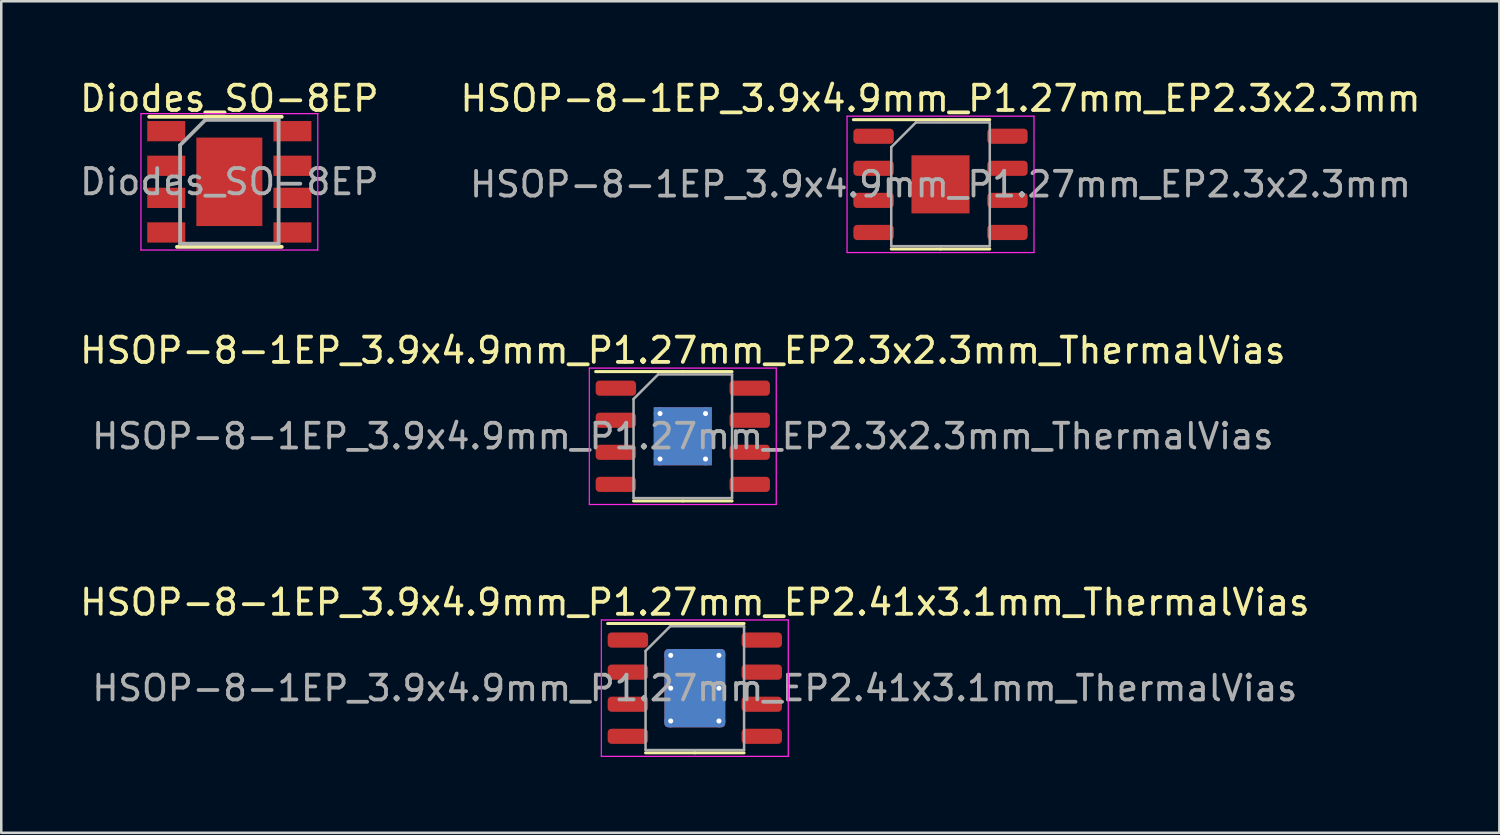
<source format=kicad_pcb>
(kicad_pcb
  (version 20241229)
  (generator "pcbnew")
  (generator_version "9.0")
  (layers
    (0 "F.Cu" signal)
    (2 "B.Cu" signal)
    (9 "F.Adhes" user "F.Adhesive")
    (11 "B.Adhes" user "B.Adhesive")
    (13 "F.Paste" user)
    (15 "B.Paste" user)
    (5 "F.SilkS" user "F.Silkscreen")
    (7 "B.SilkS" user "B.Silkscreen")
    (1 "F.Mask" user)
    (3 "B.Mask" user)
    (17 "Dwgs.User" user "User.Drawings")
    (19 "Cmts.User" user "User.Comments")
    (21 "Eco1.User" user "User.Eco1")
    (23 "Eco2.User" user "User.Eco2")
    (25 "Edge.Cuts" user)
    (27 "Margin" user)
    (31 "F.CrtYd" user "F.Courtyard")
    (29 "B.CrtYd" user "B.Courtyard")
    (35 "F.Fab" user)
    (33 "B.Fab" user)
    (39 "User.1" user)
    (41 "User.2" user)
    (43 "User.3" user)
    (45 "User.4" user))
  (footprint "HSOP-8-1EP_3.9x4.9mm_P1.27mm_EP2.3x2.3mm_ThermalVias"
    (layer "F.Cu")
    (at 23.982 14.222)
    (property "Reference" "HSOP-8-1EP_3.9x4.9mm_P1.27mm_EP2.3x2.3mm_ThermalVias" (at 0 -3.4 0) (layer "F.SilkS") (effects (font (size 1 1) (thickness 0.15))))
    (attr smd)
    (fp_line (start 0 -2.56) (end -3.45 -2.56) (stroke (width 0.12) (type solid)) (layer "F.SilkS"))
    (fp_line (start 0 -2.56) (end 1.95 -2.56) (stroke (width 0.12) (type solid)) (layer "F.SilkS"))
    (fp_line (start 0 2.56) (end -1.95 2.56) (stroke (width 0.12) (type solid)) (layer "F.SilkS"))
    (fp_line (start 0 2.56) (end 1.95 2.56) (stroke (width 0.12) (type solid)) (layer "F.SilkS"))
    (fp_line (start -3.7 -2.7) (end -3.7 2.7) (stroke (width 0.05) (type solid)) (layer "F.CrtYd"))
    (fp_line (start -3.7 2.7) (end 3.7 2.7) (stroke (width 0.05) (type solid)) (layer "F.CrtYd"))
    (fp_line (start 3.7 -2.7) (end -3.7 -2.7) (stroke (width 0.05) (type solid)) (layer "F.CrtYd"))
    (fp_line (start 3.7 2.7) (end 3.7 -2.7) (stroke (width 0.05) (type solid)) (layer "F.CrtYd"))
    (fp_line (start -1.95 -1.475) (end -0.975 -2.45) (stroke (width 0.1) (type solid)) (layer "F.Fab"))
    (fp_line (start -1.95 2.45) (end -1.95 -1.475) (stroke (width 0.1) (type solid)) (layer "F.Fab"))
    (fp_line (start -0.975 -2.45) (end 1.95 -2.45) (stroke (width 0.1) (type solid)) (layer "F.Fab"))
    (fp_line (start 1.95 -2.45) (end 1.95 2.45) (stroke (width 0.1) (type solid)) (layer "F.Fab"))
    (fp_line (start 1.95 2.45) (end -1.95 2.45) (stroke (width 0.1) (type solid)) (layer "F.Fab"))
    (fp_text user "${REFERENCE}" (at 0 0 0) (layer "F.Fab") (effects (font (size 0.98 0.98) (thickness 0.15))))
    (pad "" smd roundrect (at -0.575 -0.575) (size 0.93 0.93) (layers "F.Paste") (roundrect_rratio 0.25))
    (pad "" smd roundrect (at -0.575 0.575) (size 0.93 0.93) (layers "F.Paste") (roundrect_rratio 0.25))
    (pad "" smd roundrect (at 0.575 -0.575) (size 0.93 0.93) (layers "F.Paste") (roundrect_rratio 0.25))
    (pad "" smd roundrect (at 0.575 0.575) (size 0.93 0.93) (layers "F.Paste") (roundrect_rratio 0.25))
    (pad "1" smd roundrect (at -2.65 -1.905) (size 1.6 0.6) (layers "F.Cu" "F.Mask" "F.Paste") (roundrect_rratio 0.25))
    (pad "2" smd roundrect (at -2.65 -0.635) (size 1.6 0.6) (layers "F.Cu" "F.Mask" "F.Paste") (roundrect_rratio 0.25))
    (pad "3" smd roundrect (at -2.65 0.635) (size 1.6 0.6) (layers "F.Cu" "F.Mask" "F.Paste") (roundrect_rratio 0.25))
    (pad "4" smd roundrect (at -2.65 1.905) (size 1.6 0.6) (layers "F.Cu" "F.Mask" "F.Paste") (roundrect_rratio 0.25))
    (pad "5" smd roundrect (at 2.65 1.905) (size 1.6 0.6) (layers "F.Cu" "F.Mask" "F.Paste") (roundrect_rratio 0.25))
    (pad "6" smd roundrect (at 2.65 0.635) (size 1.6 0.6) (layers "F.Cu" "F.Mask" "F.Paste") (roundrect_rratio 0.25))
    (pad "7" smd roundrect (at 2.65 -0.635) (size 1.6 0.6) (layers "F.Cu" "F.Mask" "F.Paste") (roundrect_rratio 0.25))
    (pad "8" smd roundrect (at 2.65 -1.905) (size 1.6 0.6) (layers "F.Cu" "F.Mask" "F.Paste") (roundrect_rratio 0.25))
    (pad "9" thru_hole circle (at -0.9 -0.9) (size 0.5 0.5) (drill 0.2) (layers "*.Cu"))
    (pad "9" thru_hole circle (at -0.9 0.9) (size 0.5 0.5) (drill 0.2) (layers "*.Cu"))
    (pad "9" smd rect (at 0 0) (size 2.3 2.3) (layers "F.Cu" "F.Mask"))
    (pad "9" smd rect (at 0 0) (size 2.3 2.3) (layers "B.Cu"))
    (pad "9" thru_hole circle (at 0.9 -0.9) (size 0.5 0.5) (drill 0.2) (layers "*.Cu"))
    (pad "9" thru_hole circle (at 0.9 0.9) (size 0.5 0.5) (drill 0.2) (layers "*.Cu")))
  (footprint "HSOP-8-1EP_3.9x4.9mm_P1.27mm_EP2.3x2.3mm"
    (layer "F.Cu")
    (at 34.185 4.248)
    (property "Reference" "HSOP-8-1EP_3.9x4.9mm_P1.27mm_EP2.3x2.3mm" (at 0 -3.4 0) (layer "F.SilkS") (effects (font (size 1 1) (thickness 0.15))))
    (attr smd)
    (fp_line (start 0 -2.56) (end -3.45 -2.56) (stroke (width 0.12) (type solid)) (layer "F.SilkS"))
    (fp_line (start 0 -2.56) (end 1.95 -2.56) (stroke (width 0.12) (type solid)) (layer "F.SilkS"))
    (fp_line (start 0 2.56) (end -1.95 2.56) (stroke (width 0.12) (type solid)) (layer "F.SilkS"))
    (fp_line (start 0 2.56) (end 1.95 2.56) (stroke (width 0.12) (type solid)) (layer "F.SilkS"))
    (fp_line (start -3.7 -2.7) (end -3.7 2.7) (stroke (width 0.05) (type solid)) (layer "F.CrtYd"))
    (fp_line (start -3.7 2.7) (end 3.7 2.7) (stroke (width 0.05) (type solid)) (layer "F.CrtYd"))
    (fp_line (start 3.7 -2.7) (end -3.7 -2.7) (stroke (width 0.05) (type solid)) (layer "F.CrtYd"))
    (fp_line (start 3.7 2.7) (end 3.7 -2.7) (stroke (width 0.05) (type solid)) (layer "F.CrtYd"))
    (fp_line (start -1.95 -1.475) (end -0.975 -2.45) (stroke (width 0.1) (type solid)) (layer "F.Fab"))
    (fp_line (start -1.95 2.45) (end -1.95 -1.475) (stroke (width 0.1) (type solid)) (layer "F.Fab"))
    (fp_line (start -0.975 -2.45) (end 1.95 -2.45) (stroke (width 0.1) (type solid)) (layer "F.Fab"))
    (fp_line (start 1.95 -2.45) (end 1.95 2.45) (stroke (width 0.1) (type solid)) (layer "F.Fab"))
    (fp_line (start 1.95 2.45) (end -1.95 2.45) (stroke (width 0.1) (type solid)) (layer "F.Fab"))
    (fp_text user "${REFERENCE}" (at 0 0 0) (layer "F.Fab") (effects (font (size 0.98 0.98) (thickness 0.15))))
    (pad "" smd roundrect (at -0.575 -0.575) (size 0.93 0.93) (layers "F.Paste") (roundrect_rratio 0.25))
    (pad "" smd roundrect (at -0.575 0.575) (size 0.93 0.93) (layers "F.Paste") (roundrect_rratio 0.25))
    (pad "" smd roundrect (at 0.575 -0.575) (size 0.93 0.93) (layers "F.Paste") (roundrect_rratio 0.25))
    (pad "" smd roundrect (at 0.575 0.575) (size 0.93 0.93) (layers "F.Paste") (roundrect_rratio 0.25))
    (pad "1" smd roundrect (at -2.65 -1.905) (size 1.6 0.6) (layers "F.Cu" "F.Mask" "F.Paste") (roundrect_rratio 0.25))
    (pad "2" smd roundrect (at -2.65 -0.635) (size 1.6 0.6) (layers "F.Cu" "F.Mask" "F.Paste") (roundrect_rratio 0.25))
    (pad "3" smd roundrect (at -2.65 0.635) (size 1.6 0.6) (layers "F.Cu" "F.Mask" "F.Paste") (roundrect_rratio 0.25))
    (pad "4" smd roundrect (at -2.65 1.905) (size 1.6 0.6) (layers "F.Cu" "F.Mask" "F.Paste") (roundrect_rratio 0.25))
    (pad "5" smd roundrect (at 2.65 1.905) (size 1.6 0.6) (layers "F.Cu" "F.Mask" "F.Paste") (roundrect_rratio 0.25))
    (pad "6" smd roundrect (at 2.65 0.635) (size 1.6 0.6) (layers "F.Cu" "F.Mask" "F.Paste") (roundrect_rratio 0.25))
    (pad "7" smd roundrect (at 2.65 -0.635) (size 1.6 0.6) (layers "F.Cu" "F.Mask" "F.Paste") (roundrect_rratio 0.25))
    (pad "8" smd roundrect (at 2.65 -1.905) (size 1.6 0.6) (layers "F.Cu" "F.Mask" "F.Paste") (roundrect_rratio 0.25))
    (pad "9" smd rect (at 0 0) (size 2.3 2.3) (layers "F.Cu" "F.Mask")))
  (footprint "HSOP-8-1EP_3.9x4.9mm_P1.27mm_EP2.41x3.1mm_ThermalVias"
    (layer "F.Cu")
    (at 24.458 24.195)
    (property "Reference" "HSOP-8-1EP_3.9x4.9mm_P1.27mm_EP2.41x3.1mm_ThermalVias" (at 0 -3.4 0) (layer "F.SilkS") (effects (font (size 1 1) (thickness 0.15))))
    (attr smd)
    (fp_line (start 0 -2.56) (end -3.45 -2.56) (stroke (width 0.12) (type solid)) (layer "F.SilkS"))
    (fp_line (start 0 -2.56) (end 1.95 -2.56) (stroke (width 0.12) (type solid)) (layer "F.SilkS"))
    (fp_line (start 0 2.56) (end -1.95 2.56) (stroke (width 0.12) (type solid)) (layer "F.SilkS"))
    (fp_line (start 0 2.56) (end 1.95 2.56) (stroke (width 0.12) (type solid)) (layer "F.SilkS"))
    (fp_line (start -3.7 -2.7) (end -3.7 2.7) (stroke (width 0.05) (type solid)) (layer "F.CrtYd"))
    (fp_line (start -3.7 2.7) (end 3.7 2.7) (stroke (width 0.05) (type solid)) (layer "F.CrtYd"))
    (fp_line (start 3.7 -2.7) (end -3.7 -2.7) (stroke (width 0.05) (type solid)) (layer "F.CrtYd"))
    (fp_line (start 3.7 2.7) (end 3.7 -2.7) (stroke (width 0.05) (type solid)) (layer "F.CrtYd"))
    (fp_line (start -1.95 -1.475) (end -0.975 -2.45) (stroke (width 0.1) (type solid)) (layer "F.Fab"))
    (fp_line (start -1.95 2.45) (end -1.95 -1.475) (stroke (width 0.1) (type solid)) (layer "F.Fab"))
    (fp_line (start -0.975 -2.45) (end 1.95 -2.45) (stroke (width 0.1) (type solid)) (layer "F.Fab"))
    (fp_line (start 1.95 -2.45) (end 1.95 2.45) (stroke (width 0.1) (type solid)) (layer "F.Fab"))
    (fp_line (start 1.95 2.45) (end -1.95 2.45) (stroke (width 0.1) (type solid)) (layer "F.Fab"))
    (fp_text user "${REFERENCE}" (at 0 0 0) (layer "F.Fab") (effects (font (size 0.98 0.98) (thickness 0.15))))
    (pad "" smd roundrect (at -0.6 -0.775) (size 0.97 1.25) (layers "F.Paste") (roundrect_rratio 0.25))
    (pad "" smd roundrect (at -0.6 0.775) (size 0.97 1.25) (layers "F.Paste") (roundrect_rratio 0.25))
    (pad "" smd roundrect (at 0.6 -0.775) (size 0.97 1.25) (layers "F.Paste") (roundrect_rratio 0.25))
    (pad "" smd roundrect (at 0.6 0.775) (size 0.97 1.25) (layers "F.Paste") (roundrect_rratio 0.25))
    (pad "1" smd roundrect (at -2.65 -1.905) (size 1.6 0.6) (layers "F.Cu" "F.Mask" "F.Paste") (roundrect_rratio 0.25))
    (pad "2" smd roundrect (at -2.65 -0.635) (size 1.6 0.6) (layers "F.Cu" "F.Mask" "F.Paste") (roundrect_rratio 0.25))
    (pad "3" smd roundrect (at -2.65 0.635) (size 1.6 0.6) (layers "F.Cu" "F.Mask" "F.Paste") (roundrect_rratio 0.25))
    (pad "4" smd roundrect (at -2.65 1.905) (size 1.6 0.6) (layers "F.Cu" "F.Mask" "F.Paste") (roundrect_rratio 0.25))
    (pad "5" smd roundrect (at 2.65 1.905) (size 1.6 0.6) (layers "F.Cu" "F.Mask" "F.Paste") (roundrect_rratio 0.25))
    (pad "6" smd roundrect (at 2.65 0.635) (size 1.6 0.6) (layers "F.Cu" "F.Mask" "F.Paste") (roundrect_rratio 0.25))
    (pad "7" smd roundrect (at 2.65 -0.635) (size 1.6 0.6) (layers "F.Cu" "F.Mask" "F.Paste") (roundrect_rratio 0.25))
    (pad "8" smd roundrect (at 2.65 -1.905) (size 1.6 0.6) (layers "F.Cu" "F.Mask" "F.Paste") (roundrect_rratio 0.25))
    (pad "9" thru_hole circle (at -0.955 -1.3) (size 0.5 0.5) (drill 0.2) (layers "*.Cu"))
    (pad "9" thru_hole circle (at -0.955 0) (size 0.5 0.5) (drill 0.2) (layers "*.Cu"))
    (pad "9" thru_hole circle (at -0.955 1.3) (size 0.5 0.5) (drill 0.2) (layers "*.Cu"))
    (pad "9" smd roundrect (at 0 0) (size 2.41 3.1) (layers "F.Cu" "F.Mask") (roundrect_rratio 0.062))
    (pad "9" smd roundrect (at 0 0) (size 2.41 3.1) (layers "B.Cu") (roundrect_rratio 0.062))
    (pad "9" thru_hole circle (at 0.955 -1.3) (size 0.5 0.5) (drill 0.2) (layers "*.Cu"))
    (pad "9" thru_hole circle (at 0.955 0) (size 0.5 0.5) (drill 0.2) (layers "*.Cu"))
    (pad "9" thru_hole circle (at 0.955 1.3) (size 0.5 0.5) (drill 0.2) (layers "*.Cu")))
  (footprint "Diodes_SO-8EP"
    (layer "F.Cu")
    (at 6.03 4.148)
    (property "Reference" "Diodes_SO-8EP" (at 0 -3.3 0) (layer "F.SilkS") (effects (font (size 1 1) (thickness 0.15))))
    (attr smd)
    (fp_line (start -3.175 -2.575) (end 2.075 -2.575) (stroke (width 0.15) (type solid)) (layer "F.SilkS"))
    (fp_line (start -2.075 2.575) (end 2.075 2.575) (stroke (width 0.15) (type solid)) (layer "F.SilkS"))
    (fp_line (start -3.5 -2.7) (end -3.5 2.7) (stroke (width 0.05) (type solid)) (layer "F.CrtYd"))
    (fp_line (start -3.5 -2.7) (end 3.5 -2.7) (stroke (width 0.05) (type solid)) (layer "F.CrtYd"))
    (fp_line (start -3.5 2.7) (end 3.5 2.7) (stroke (width 0.05) (type solid)) (layer "F.CrtYd"))
    (fp_line (start 3.5 -2.7) (end 3.5 2.7) (stroke (width 0.05) (type solid)) (layer "F.CrtYd"))
    (fp_line (start -1.95 -1.45) (end -0.95 -2.45) (stroke (width 0.15) (type solid)) (layer "F.Fab"))
    (fp_line (start -1.95 2.45) (end -1.95 -1.45) (stroke (width 0.15) (type solid)) (layer "F.Fab"))
    (fp_line (start -0.95 -2.45) (end 1.95 -2.45) (stroke (width 0.15) (type solid)) (layer "F.Fab"))
    (fp_line (start 1.95 -2.45) (end 1.95 2.45) (stroke (width 0.15) (type solid)) (layer "F.Fab"))
    (fp_line (start 1.95 2.45) (end -1.95 2.45) (stroke (width 0.15) (type solid)) (layer "F.Fab"))
    (fp_text user "${REFERENCE}" (at 0 0 0) (layer "F.Fab") (effects (font (size 1 1) (thickness 0.15))))
    (pad "1" smd rect (at -2.498 -2.005) (size 1.505 0.802) (layers "F.Cu" "F.Mask" "F.Paste"))
    (pad "2" smd rect (at -2.498 -0.635) (size 1.505 0.802) (layers "F.Cu" "F.Mask" "F.Paste"))
    (pad "3" smd rect (at -2.498 0.635) (size 1.505 0.802) (layers "F.Cu" "F.Mask" "F.Paste"))
    (pad "4" smd rect (at -2.498 2.005) (size 1.505 0.802) (layers "F.Cu" "F.Mask" "F.Paste"))
    (pad "5" smd rect (at 2.498 2.005) (size 1.505 0.802) (layers "F.Cu" "F.Mask" "F.Paste"))
    (pad "6" smd rect (at 2.498 0.635) (size 1.505 0.802) (layers "F.Cu" "F.Mask" "F.Paste"))
    (pad "7" smd rect (at 2.498 -0.635) (size 1.505 0.802) (layers "F.Cu" "F.Mask" "F.Paste"))
    (pad "8" smd rect (at 2.498 -2.005) (size 1.505 0.802) (layers "F.Cu" "F.Mask" "F.Paste"))
    (pad "9" smd rect (at 0 0) (size 2.613 3.502) (layers "F.Cu" "F.Mask" "F.Paste")))
  (gr_rect
    (start -3 -3)
    (end 56.31 29.92)
    (stroke (width 0.1) (type default))
    (fill no)
    (layer "Edge.Cuts")))
</source>
